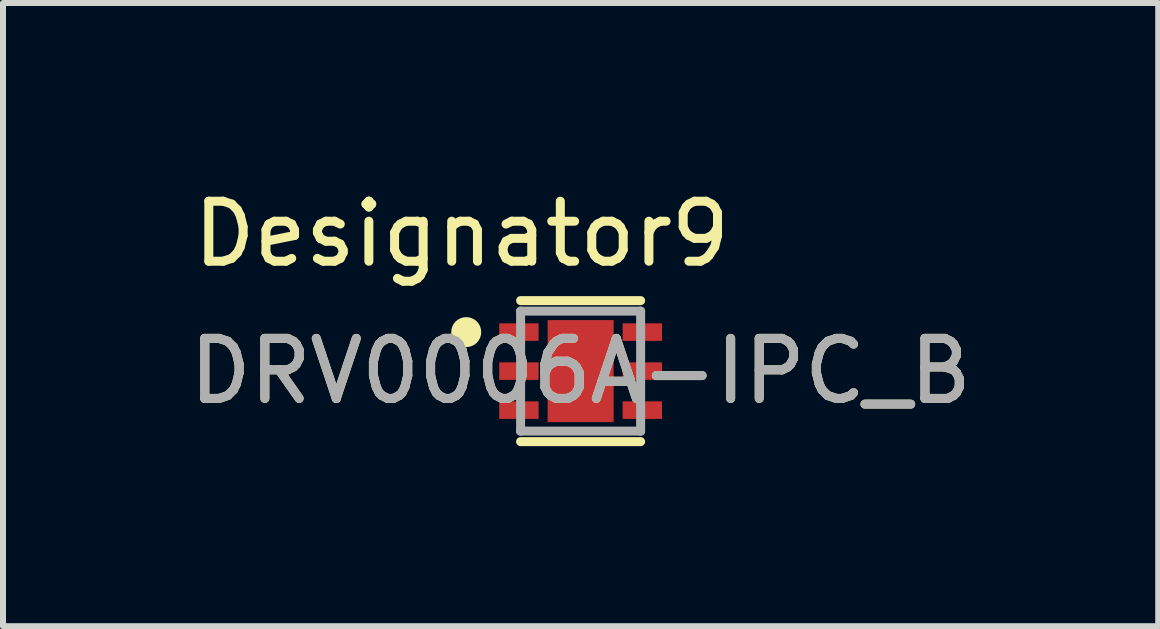
<source format=kicad_pcb>
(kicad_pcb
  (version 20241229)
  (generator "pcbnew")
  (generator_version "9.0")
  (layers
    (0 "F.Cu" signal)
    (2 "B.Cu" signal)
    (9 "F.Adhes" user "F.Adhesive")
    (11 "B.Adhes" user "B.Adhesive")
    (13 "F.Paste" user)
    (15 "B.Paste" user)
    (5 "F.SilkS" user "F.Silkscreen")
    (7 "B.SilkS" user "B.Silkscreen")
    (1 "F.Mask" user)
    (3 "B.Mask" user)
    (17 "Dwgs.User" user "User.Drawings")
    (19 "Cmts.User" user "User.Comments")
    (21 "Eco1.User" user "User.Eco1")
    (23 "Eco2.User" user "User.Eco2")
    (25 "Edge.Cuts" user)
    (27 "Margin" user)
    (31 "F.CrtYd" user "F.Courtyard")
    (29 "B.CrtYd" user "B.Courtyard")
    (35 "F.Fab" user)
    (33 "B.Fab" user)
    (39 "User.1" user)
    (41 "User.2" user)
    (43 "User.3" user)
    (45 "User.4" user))
  (footprint "DRV0006A-IPC_B"
    (layer "F.Cu")
    (at 6.625 3.134)
    (property "Reference" "DRV0006A-IPC_B" (at 0 0 0) (unlocked yes) (layer "F.SilkS") (effects (font (size 1 1) (thickness 0.15))))
    (attr smd)
    (fp_line (start -1 -1.175) (end 1 -1.175) (stroke (width 0.15) (type solid)) (layer "F.SilkS"))
    (fp_line (start -1 1.175) (end 1 1.175) (stroke (width 0.15) (type solid)) (layer "F.SilkS"))
    (fp_circle (center -1.906 -0.65) (end -1.781 -0.65) (stroke (width 0.25) (type solid)) (fill no) (layer "F.SilkS"))
    (fp_poly (pts (xy -0.308 0.608) (xy 0.308 0.608) (xy 0.308 -0.608) (xy -0.308 -0.608)) (stroke (width 0) (type solid)) (fill yes) (layer "F.Paste"))
    (fp_line (start -1 -1) (end 1 -1) (stroke (width 0.15) (type solid)) (layer "F.Fab"))
    (fp_line (start -1 1) (end -1 -1) (stroke (width 0.15) (type solid)) (layer "F.Fab"))
    (fp_line (start -1 1) (end 1 1) (stroke (width 0.15) (type solid)) (layer "F.Fab"))
    (fp_line (start 1 1) (end 1 -1) (stroke (width 0.15) (type solid)) (layer "F.Fab"))
    (fp_text user "Designator9" (at -1.981 -2.286 0) (unlocked yes) (layer "F.SilkS") (effects (font (size 1 1) (thickness 0.15))))
    (fp_text user "${REFERENCE}" (at 0 0 0) (unlocked yes) (layer "F.Fab") (effects (font (size 1 1) (thickness 0.15))))
    (pad "1" smd rect (at -1.028 -0.65) (size 0.656 0.292) (layers "F.Cu" "F.Mask" "F.Paste"))
    (pad "2" smd rect (at -1.028 0) (size 0.656 0.292) (layers "F.Cu" "F.Mask" "F.Paste"))
    (pad "3" smd rect (at -1.028 0.65) (size 0.656 0.292) (layers "F.Cu" "F.Mask" "F.Paste"))
    (pad "4" smd rect (at 1.028 0.65) (size 0.656 0.292) (layers "F.Cu" "F.Mask" "F.Paste"))
    (pad "5" smd rect (at 1.028 0) (size 0.656 0.292) (layers "F.Cu" "F.Mask" "F.Paste"))
    (pad "6" smd rect (at 1.028 -0.65) (size 0.656 0.292) (layers "F.Cu" "F.Mask" "F.Paste"))
    (pad "7" smd rect (at 0 0) (size 1.1 1.7) (layers "F.Cu" "F.Mask")))
  (gr_rect
    (start -3 -3)
    (end 16.25 7.384)
    (stroke (width 0.1) (type default))
    (fill no)
    (layer "Edge.Cuts")))
</source>
